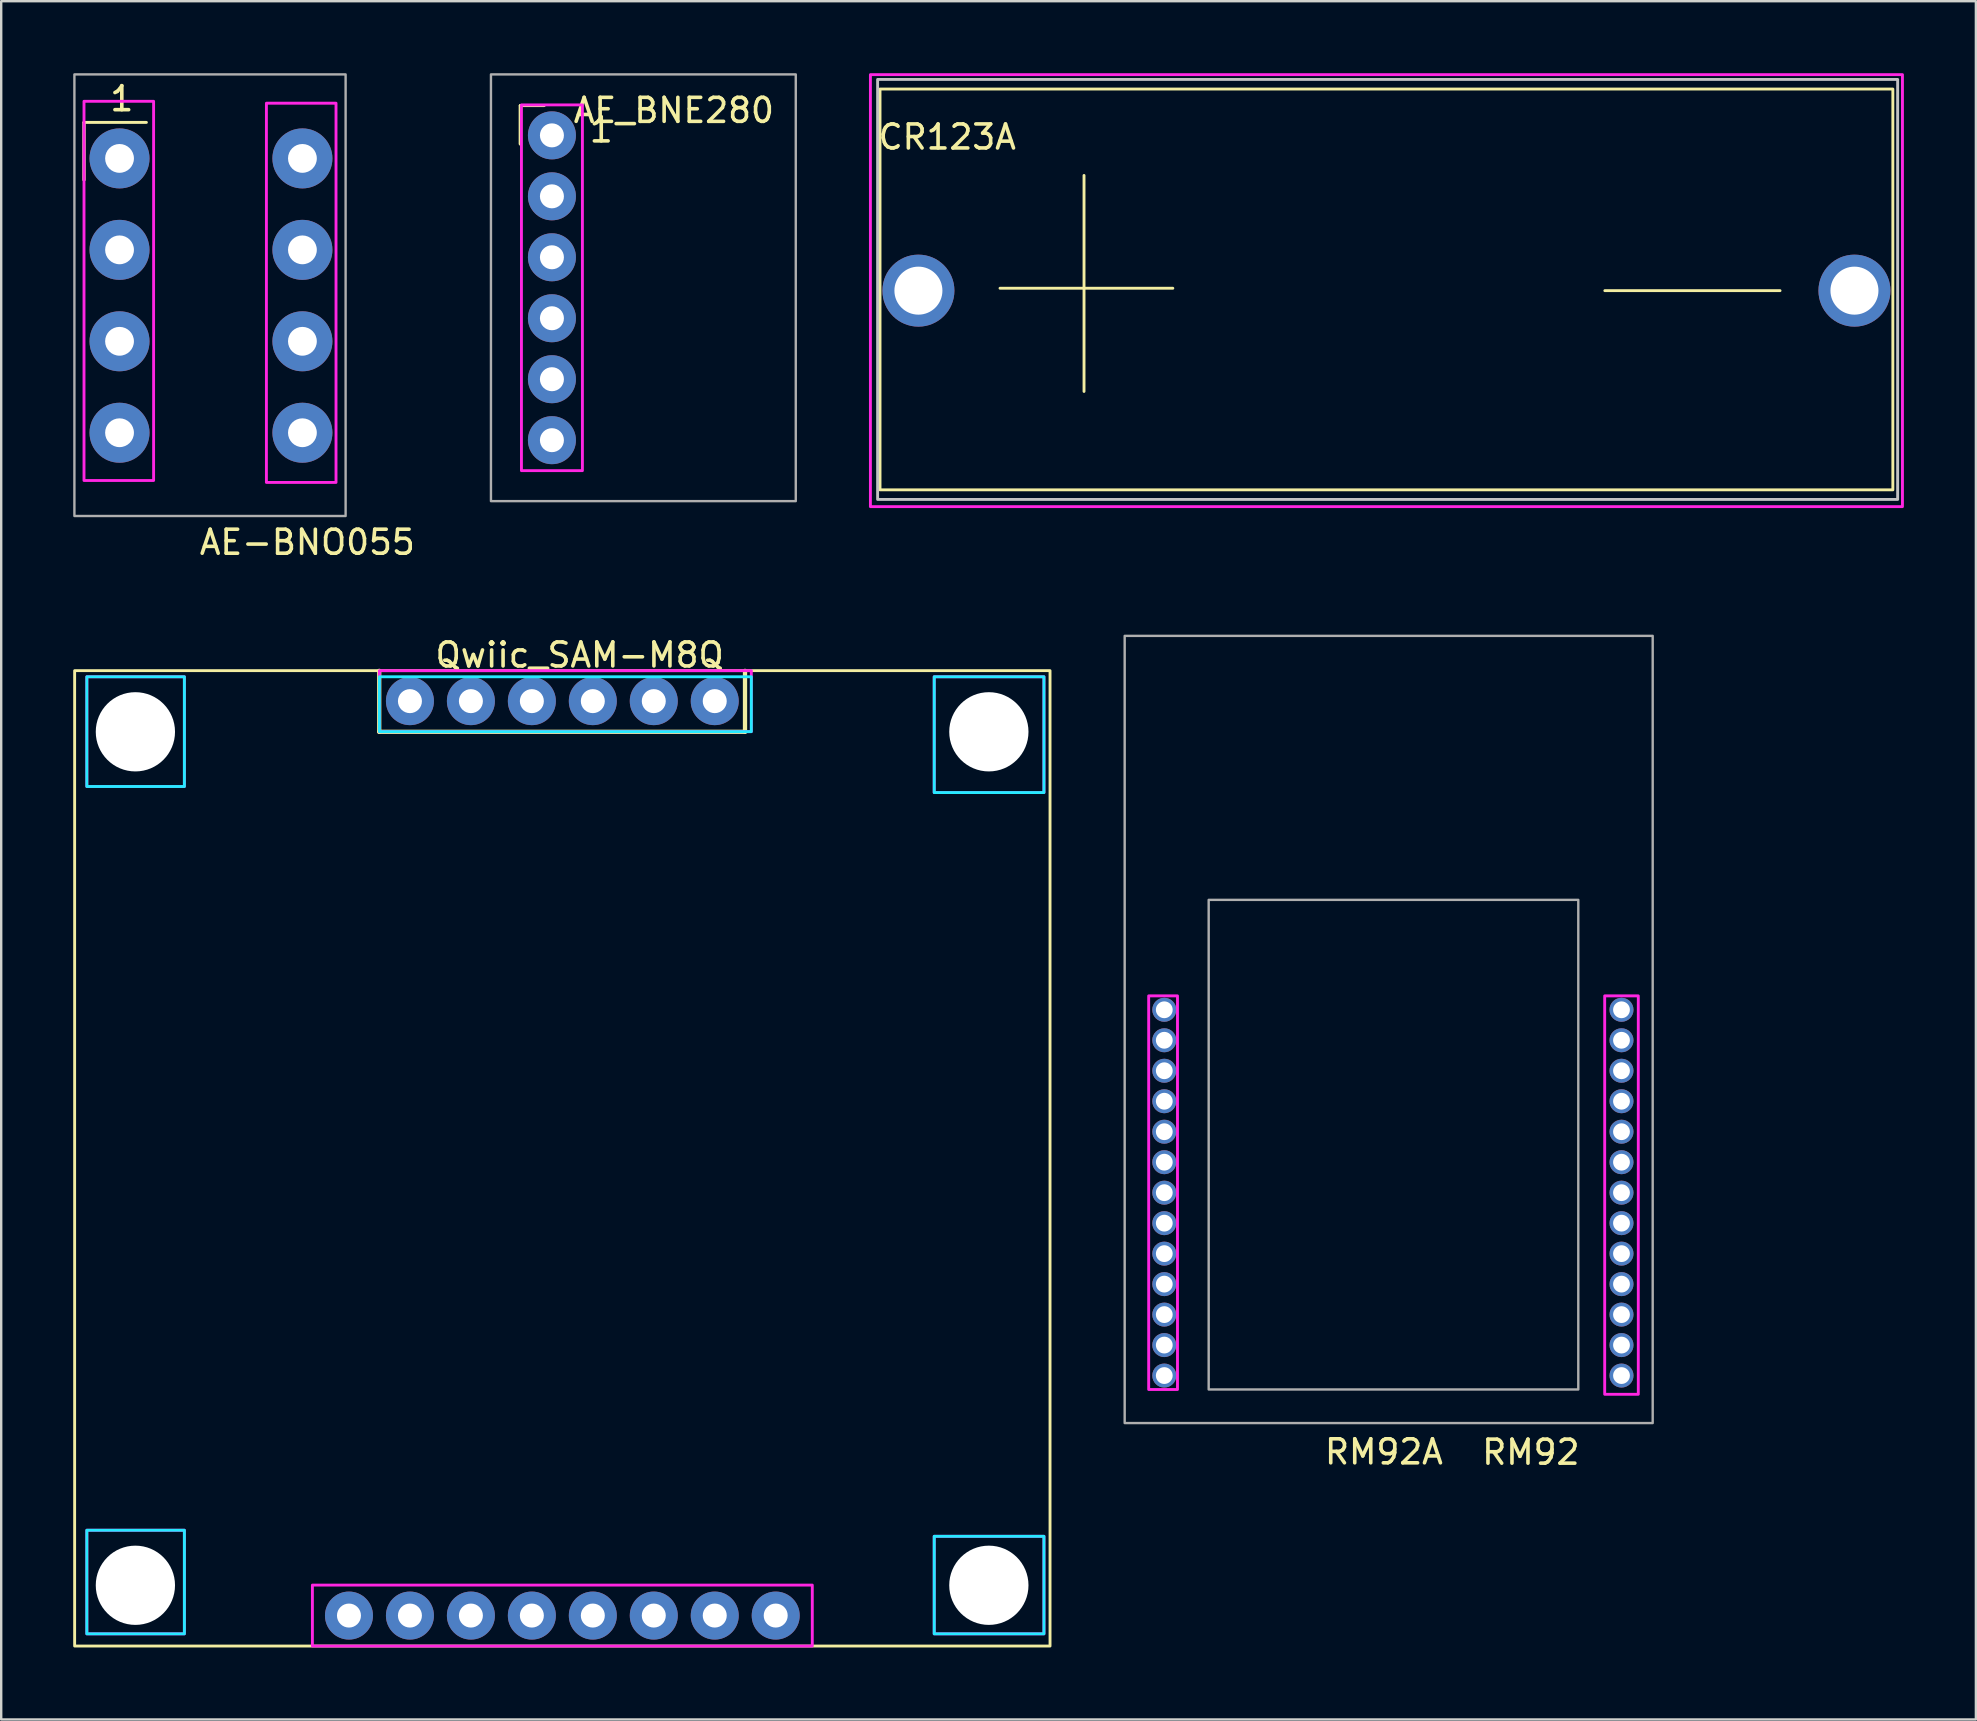
<source format=kicad_pcb>
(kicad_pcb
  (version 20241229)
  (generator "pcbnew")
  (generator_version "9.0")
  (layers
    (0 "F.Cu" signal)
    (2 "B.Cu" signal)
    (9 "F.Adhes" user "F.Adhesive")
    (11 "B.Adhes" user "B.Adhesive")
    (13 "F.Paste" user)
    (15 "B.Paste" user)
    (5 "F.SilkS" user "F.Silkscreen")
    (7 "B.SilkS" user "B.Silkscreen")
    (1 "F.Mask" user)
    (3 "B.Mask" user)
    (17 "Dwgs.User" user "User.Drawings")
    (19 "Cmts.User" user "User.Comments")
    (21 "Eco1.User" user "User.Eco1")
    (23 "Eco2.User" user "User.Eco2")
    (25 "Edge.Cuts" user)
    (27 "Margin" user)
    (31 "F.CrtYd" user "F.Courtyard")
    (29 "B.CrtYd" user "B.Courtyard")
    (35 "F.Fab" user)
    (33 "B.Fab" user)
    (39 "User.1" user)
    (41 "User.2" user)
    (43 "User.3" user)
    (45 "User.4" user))
  (footprint "CR123A"
    (layer "F.Cu")
    (at 54.616 8.96)
    (property "Reference" "CR123A" (at -18.2 -6.3 0) (unlocked yes) (layer "F.SilkS") (effects (font (size 1 1) (thickness 0.15))))
    (attr through_hole)
    (fp_line (start -16 0) (end -8.8 0) (stroke (width 0.12) (type default)) (layer "F.SilkS"))
    (fp_line (start -12.5 4.3) (end -12.5 -4.7) (stroke (width 0.12) (type default)) (layer "F.SilkS"))
    (fp_line (start 9.2 0.1) (end 16.5 0.1) (stroke (width 0.12) (type default)) (layer "F.SilkS"))
    (fp_rect (start -21 -8.3) (end 21.2 8.4) (stroke (width 0.12) (type default)) (fill no) (layer "F.SilkS"))
    (fp_rect (start -21.1 -8.7) (end 21.4 8.8) (stroke (width 0.12) (type default)) (fill no) (layer "Dwgs.User"))
    (fp_rect (start -21.4 -8.9) (end 21.6 9.1) (stroke (width 0.12) (type default)) (fill no) (layer "F.CrtYd"))
    (pad "1" thru_hole circle (at -19.4 0.1) (size 3 3) (drill 2) (layers "*.Cu" "*.Mask"))
    (pad "2" thru_hole circle (at 19.6 0.1) (size 3 3) (drill 2) (layers "*.Cu" "*.Mask")))
  (footprint "Qwiic_SAM-M8Q"
    (layer "F.Cu")
    (at 21.65 44.959)
    (property "Reference" "Qwiic_SAM-M8Q" (at -0.549 -20.718 0) (unlocked yes) (layer "F.SilkS") (effects (font (size 1 1) (thickness 0.15))))
    (attr through_hole)
    (fp_line (start -8.899 -20.058) (end -8.899 -17.518) (stroke (width 0.178) (type solid)) (layer "F.SilkS"))
    (fp_line (start -8.899 -17.518) (end 6.341 -17.518) (stroke (width 0.178) (type solid)) (layer "F.SilkS"))
    (fp_line (start 6.341 -17.518) (end 6.341 -20.058) (stroke (width 0.178) (type solid)) (layer "F.SilkS"))
    (fp_rect (start -21.59 -20.066) (end 19.05 20.574) (stroke (width 0.12) (type default)) (fill no) (layer "F.SilkS"))
    (fp_poly (pts (xy -18.586 -17.427) (xy -18.678 -17.427) (xy -18.715 -17.436) (xy -18.769 -17.447) (xy -18.809 -17.447) (xy -18.905 -17.466) (xy -18.945 -17.476) (xy -18.995 -17.486) (xy -19.108 -17.514) (xy -19.284 -16.996) (xy -19.057 -16.971) (xy -18.888 -16.951) (xy -18.693 -16.926)) (stroke (width 0) (type default)) (fill yes) (layer "B.SilkS"))
    (fp_rect (start -21.082 -19.812) (end -17.018 -15.24) (stroke (width 0.12) (type default)) (fill no) (layer "B.CrtYd"))
    (fp_rect (start -21.082 15.748) (end -17.018 20.066) (stroke (width 0.12) (type default)) (fill no) (layer "B.CrtYd"))
    (fp_rect (start 6.604 -17.526) (end -8.89 -19.812) (stroke (width 0.12) (type default)) (fill no) (layer "B.CrtYd"))
    (fp_rect (start 14.224 -14.986) (end 18.796 -19.812) (stroke (width 0.12) (type default)) (fill no) (layer "B.CrtYd"))
    (fp_rect (start 14.224 16.002) (end 18.796 20.066) (stroke (width 0.12) (type default)) (fill no) (layer "B.CrtYd"))
    (fp_rect (start -21.082 -19.812) (end -17.018 -15.24) (stroke (width 0.12) (type default)) (fill no) (layer "F.CrtYd"))
    (fp_rect (start -21.082 15.748) (end -17.018 20.066) (stroke (width 0.12) (type default)) (fill no) (layer "F.CrtYd"))
    (fp_rect (start -11.684 18.034) (end 9.144 20.574) (stroke (width 0.12) (type default)) (fill no) (layer "F.CrtYd"))
    (fp_rect (start -8.89 -17.526) (end 6.604 -20.066) (stroke (width 0.12) (type default)) (fill no) (layer "F.CrtYd"))
    (fp_rect (start 14.224 -14.986) (end 18.796 -19.812) (stroke (width 0.12) (type default)) (fill no) (layer "F.CrtYd"))
    (fp_rect (start 18.796 20.066) (end 14.224 16.002) (stroke (width 0.12) (type default)) (fill no) (layer "F.CrtYd"))
    (pad "" np_thru_hole circle (at -19.059 -17.518) (size 3.302 3.302) (drill 3.302) (layers "*.Cu" "*.Mask"))
    (pad "" np_thru_hole circle (at -19.059 18.042) (size 3.302 3.302) (drill 3.302) (layers "*.Cu" "*.Mask"))
    (pad "" np_thru_hole circle (at 16.501 -17.518) (size 3.302 3.302) (drill 3.302) (layers "*.Cu" "*.Mask"))
    (pad "" np_thru_hole circle (at 16.501 18.042) (size 3.302 3.302) (drill 3.302) (layers "*.Cu" "*.Mask"))
    (pad "1" thru_hole circle (at -10.16 19.304) (size 2 2) (drill 1) (layers "*.Cu" "*.Mask"))
    (pad "2" thru_hole circle (at -7.62 19.304) (size 2 2) (drill 1) (layers "*.Cu" "*.Mask"))
    (pad "3" thru_hole circle (at -5.08 19.304) (size 2 2) (drill 1) (layers "*.Cu" "*.Mask"))
    (pad "4" thru_hole circle (at -2.54 19.304) (size 2 2) (drill 1) (layers "*.Cu" "*.Mask"))
    (pad "5" thru_hole circle (at 0 19.304) (size 2 2) (drill 1) (layers "*.Cu" "*.Mask"))
    (pad "6" thru_hole circle (at 2.54 19.304) (size 2 2) (drill 1) (layers "*.Cu" "*.Mask"))
    (pad "7" thru_hole circle (at 5.08 19.304) (size 2 2) (drill 1) (layers "*.Cu" "*.Mask"))
    (pad "8" thru_hole circle (at 7.62 19.304) (size 2 2) (drill 1) (layers "*.Cu" "*.Mask"))
    (pad "9" thru_hole circle (at 5.08 -18.796) (size 2 2) (drill 1) (layers "*.Cu" "*.Mask"))
    (pad "10" thru_hole circle (at 2.54 -18.796) (size 2 2) (drill 1) (layers "*.Cu" "*.Mask"))
    (pad "11" thru_hole circle (at 0 -18.796) (size 2 2) (drill 1) (layers "*.Cu" "*.Mask"))
    (pad "12" thru_hole circle (at -2.54 -18.796) (size 2 2) (drill 1) (layers "*.Cu" "*.Mask"))
    (pad "13" thru_hole circle (at -5.08 -18.796) (size 2 2) (drill 1) (layers "*.Cu" "*.Mask"))
    (pad "14" thru_hole circle (at -7.62 -18.796) (size 2 2) (drill 1) (layers "*.Cu" "*.Mask")))
  (footprint "RM92A"
    (layer "F.Cu")
    (at 54.81 41.443)
    (property "Reference" "RM92A" (at -0.2 16 0) (unlocked yes) (layer "F.SilkS") (effects (font (size 1 1) (thickness 0.15))))
    (attr through_hole)
    (fp_rect (start -10 -3) (end -8.8 13.4) (stroke (width 0.12) (type default)) (fill no) (layer "F.CrtYd"))
    (fp_rect (start 9 -3) (end 10.4 13.6) (stroke (width 0.12) (type default)) (fill no) (layer "F.CrtYd"))
    (fp_rect (start -7.5 -7) (end 7.9 13.4) (stroke (width 0.1) (type default)) (fill no) (layer "F.Fab"))
    (fp_rect (start 11 14.8) (end -11 -18) (stroke (width 0.1) (type default)) (fill no) (layer "F.Fab"))
    (fp_text user "RM92" (at 3.8 16.6 0) (unlocked yes) (layer "F.SilkS") (effects (font (size 1 1) (thickness 0.15)) (justify left bottom)))
    (pad "1" thru_hole circle (at -9.35 -2.42) (size 1 1) (drill 0.7) (layers "*.Cu" "*.Mask"))
    (pad "2" thru_hole circle (at -9.35 -1.15) (size 1 1) (drill 0.7) (layers "*.Cu" "*.Mask"))
    (pad "3" thru_hole circle (at -9.35 0.12) (size 1 1) (drill 0.7) (layers "*.Cu" "*.Mask"))
    (pad "4" thru_hole circle (at -9.35 1.39) (size 1 1) (drill 0.7) (layers "*.Cu" "*.Mask"))
    (pad "5" thru_hole circle (at -9.35 2.66) (size 1 1) (drill 0.7) (layers "*.Cu" "*.Mask"))
    (pad "6" thru_hole circle (at -9.35 3.93) (size 1 1) (drill 0.7) (layers "*.Cu" "*.Mask"))
    (pad "7" thru_hole circle (at -9.35 5.2) (size 1 1) (drill 0.7) (layers "*.Cu" "*.Mask"))
    (pad "8" thru_hole circle (at -9.35 6.47) (size 1 1) (drill 0.7) (layers "*.Cu" "*.Mask"))
    (pad "9" thru_hole circle (at -9.35 7.74) (size 1 1) (drill 0.7) (layers "*.Cu" "*.Mask"))
    (pad "10" thru_hole circle (at -9.35 9.01) (size 1 1) (drill 0.7) (layers "*.Cu" "*.Mask"))
    (pad "11" thru_hole circle (at -9.35 10.28) (size 1 1) (drill 0.7) (layers "*.Cu" "*.Mask"))
    (pad "12" thru_hole circle (at -9.35 11.55) (size 1 1) (drill 0.7) (layers "*.Cu" "*.Mask"))
    (pad "13" thru_hole circle (at -9.35 12.82) (size 1 1) (drill 0.7) (layers "*.Cu" "*.Mask"))
    (pad "14" thru_hole circle (at 9.7 12.82) (size 1 1) (drill 0.7) (layers "*.Cu" "*.Mask"))
    (pad "15" thru_hole circle (at 9.7 11.55) (size 1 1) (drill 0.7) (layers "*.Cu" "*.Mask"))
    (pad "16" thru_hole circle (at 9.7 10.28) (size 1 1) (drill 0.7) (layers "*.Cu" "*.Mask"))
    (pad "17" thru_hole circle (at 9.7 9.01) (size 1 1) (drill 0.7) (layers "*.Cu" "*.Mask"))
    (pad "18" thru_hole circle (at 9.7 7.74) (size 1 1) (drill 0.7) (layers "*.Cu" "*.Mask"))
    (pad "19" thru_hole circle (at 9.7 6.47) (size 1 1) (drill 0.7) (layers "*.Cu" "*.Mask"))
    (pad "20" thru_hole circle (at 9.7 5.2) (size 1 1) (drill 0.7) (layers "*.Cu" "*.Mask"))
    (pad "21" thru_hole circle (at 9.7 3.93) (size 1 1) (drill 0.7) (layers "*.Cu" "*.Mask"))
    (pad "22" thru_hole circle (at 9.7 2.66) (size 1 1) (drill 0.7) (layers "*.Cu" "*.Mask"))
    (pad "23" thru_hole circle (at 9.7 1.39) (size 1 1) (drill 0.7) (layers "*.Cu" "*.Mask"))
    (pad "24" thru_hole circle (at 9.7 0.12) (size 1 1) (drill 0.7) (layers "*.Cu" "*.Mask"))
    (pad "25" thru_hole circle (at 9.7 -1.15) (size 1 1) (drill 0.7) (layers "*.Cu" "*.Mask"))
    (pad "26" thru_hole circle (at 9.7 -2.42) (size 1 1) (drill 0.7) (layers "*.Cu" "*.Mask")))
  (footprint "AE_BNE280"
    (layer "F.Cu")
    (at 25.026 12.75)
    (property "Reference" "AE_BNE280" (at 0 -11.2 0) (unlocked yes) (layer "F.SilkS") (effects (font (size 1 1) (thickness 0.15))))
    (attr through_hole)
    (fp_line (start -6.4 -11.4) (end -6.4 -9.8) (stroke (width 0.12) (type default)) (layer "F.SilkS"))
    (fp_line (start -6.4 -11.4) (end -5.4 -11.4) (stroke (width 0.12) (type default)) (layer "F.SilkS"))
    (fp_line (start -6.4 -9.8) (end -6.4 -11.4) (stroke (width 0.12) (type default)) (layer "F.SilkS"))
    (fp_rect (start -6.35 -11.43) (end -3.81 3.81) (stroke (width 0.12) (type default)) (fill no) (layer "F.CrtYd"))
    (fp_rect (start -7.62 -12.7) (end 5.08 5.08) (stroke (width 0.1) (type default)) (fill no) (layer "F.Fab"))
    (fp_text user "1" (at -3.6 -9.8 0) (unlocked yes) (layer "F.SilkS") (effects (font (size 1 1) (thickness 0.15)) (justify left bottom)))
    (pad "1" thru_hole circle (at -5.08 -10.16) (size 2 2) (drill 1) (layers "*.Cu" "*.Mask"))
    (pad "2" thru_hole circle (at -5.08 -7.62) (size 2 2) (drill 1) (layers "*.Cu" "*.Mask"))
    (pad "3" thru_hole circle (at -5.08 -5.08) (size 2 2) (drill 1) (layers "*.Cu" "*.Mask"))
    (pad "4" thru_hole circle (at -5.08 -2.54) (size 2 2) (drill 1) (layers "*.Cu" "*.Mask"))
    (pad "5" thru_hole circle (at -5.08 0) (size 2 2) (drill 1) (layers "*.Cu" "*.Mask"))
    (pad "6" thru_hole circle (at -5.08 2.54) (size 2 2) (drill 1) (layers "*.Cu" "*.Mask")))
  (footprint "AE-BNO055"
    (layer "F.Cu")
    (at 5.65 8.45)
    (property "Reference" "AE-BNO055" (at 4.105 11.095 0) (unlocked yes) (layer "F.SilkS") (effects (font (size 1 1) (thickness 0.15))))
    (attr through_hole)
    (fp_line (start -5.2 -6.4) (end -5.2 -4) (stroke (width 0.12) (type default)) (layer "F.SilkS"))
    (fp_line (start -5.2 -6.4) (end -2.6 -6.4) (stroke (width 0.12) (type default)) (layer "F.SilkS"))
    (fp_line (start -5.2 -4) (end -5.2 -6.4) (stroke (width 0.12) (type default)) (layer "F.SilkS"))
    (fp_rect (start -5.2 -7.28) (end -2.3 8.52) (stroke (width 0.12) (type default)) (fill no) (layer "F.CrtYd"))
    (fp_rect (start 2.4 -7.2) (end 5.3 8.6) (stroke (width 0.12) (type default)) (fill no) (layer "F.CrtYd"))
    (fp_rect (start -5.6 -8.4) (end 5.7 10) (stroke (width 0.1) (type default)) (fill no) (layer "F.Fab"))
    (fp_text user "1" (at -4.2 -6.8 0) (unlocked yes) (layer "F.SilkS") (effects (font (size 1 1) (thickness 0.15)) (justify left bottom)))
    (pad "1" thru_hole circle (at -3.72 -4.9) (size 2.5 2.5) (drill 1.2) (layers "*.Cu" "*.Mask"))
    (pad "2" thru_hole circle (at -3.72 -1.09) (size 2.5 2.5) (drill 1.2) (layers "*.Cu" "*.Mask"))
    (pad "3" thru_hole circle (at -3.72 2.72) (size 2.5 2.5) (drill 1.2) (layers "*.Cu" "*.Mask"))
    (pad "4" thru_hole circle (at -3.72 6.53) (size 2.5 2.5) (drill 1.2) (layers "*.Cu" "*.Mask"))
    (pad "5" thru_hole circle (at 3.9 6.53) (size 2.5 2.5) (drill 1.2) (layers "*.Cu" "*.Mask"))
    (pad "6" thru_hole circle (at 3.9 2.72) (size 2.5 2.5) (drill 1.2) (layers "*.Cu" "*.Mask"))
    (pad "7" thru_hole circle (at 3.9 -1.09) (size 2.5 2.5) (drill 1.2) (layers "*.Cu" "*.Mask"))
    (pad "8" thru_hole circle (at 3.9 -4.9) (size 2.5 2.5) (drill 1.2) (layers "*.Cu" "*.Mask")))
  (gr_rect
    (start -3 -3)
    (end 79.276 68.593)
    (stroke (width 0.1) (type default))
    (fill no)
    (layer "Edge.Cuts")))
</source>
